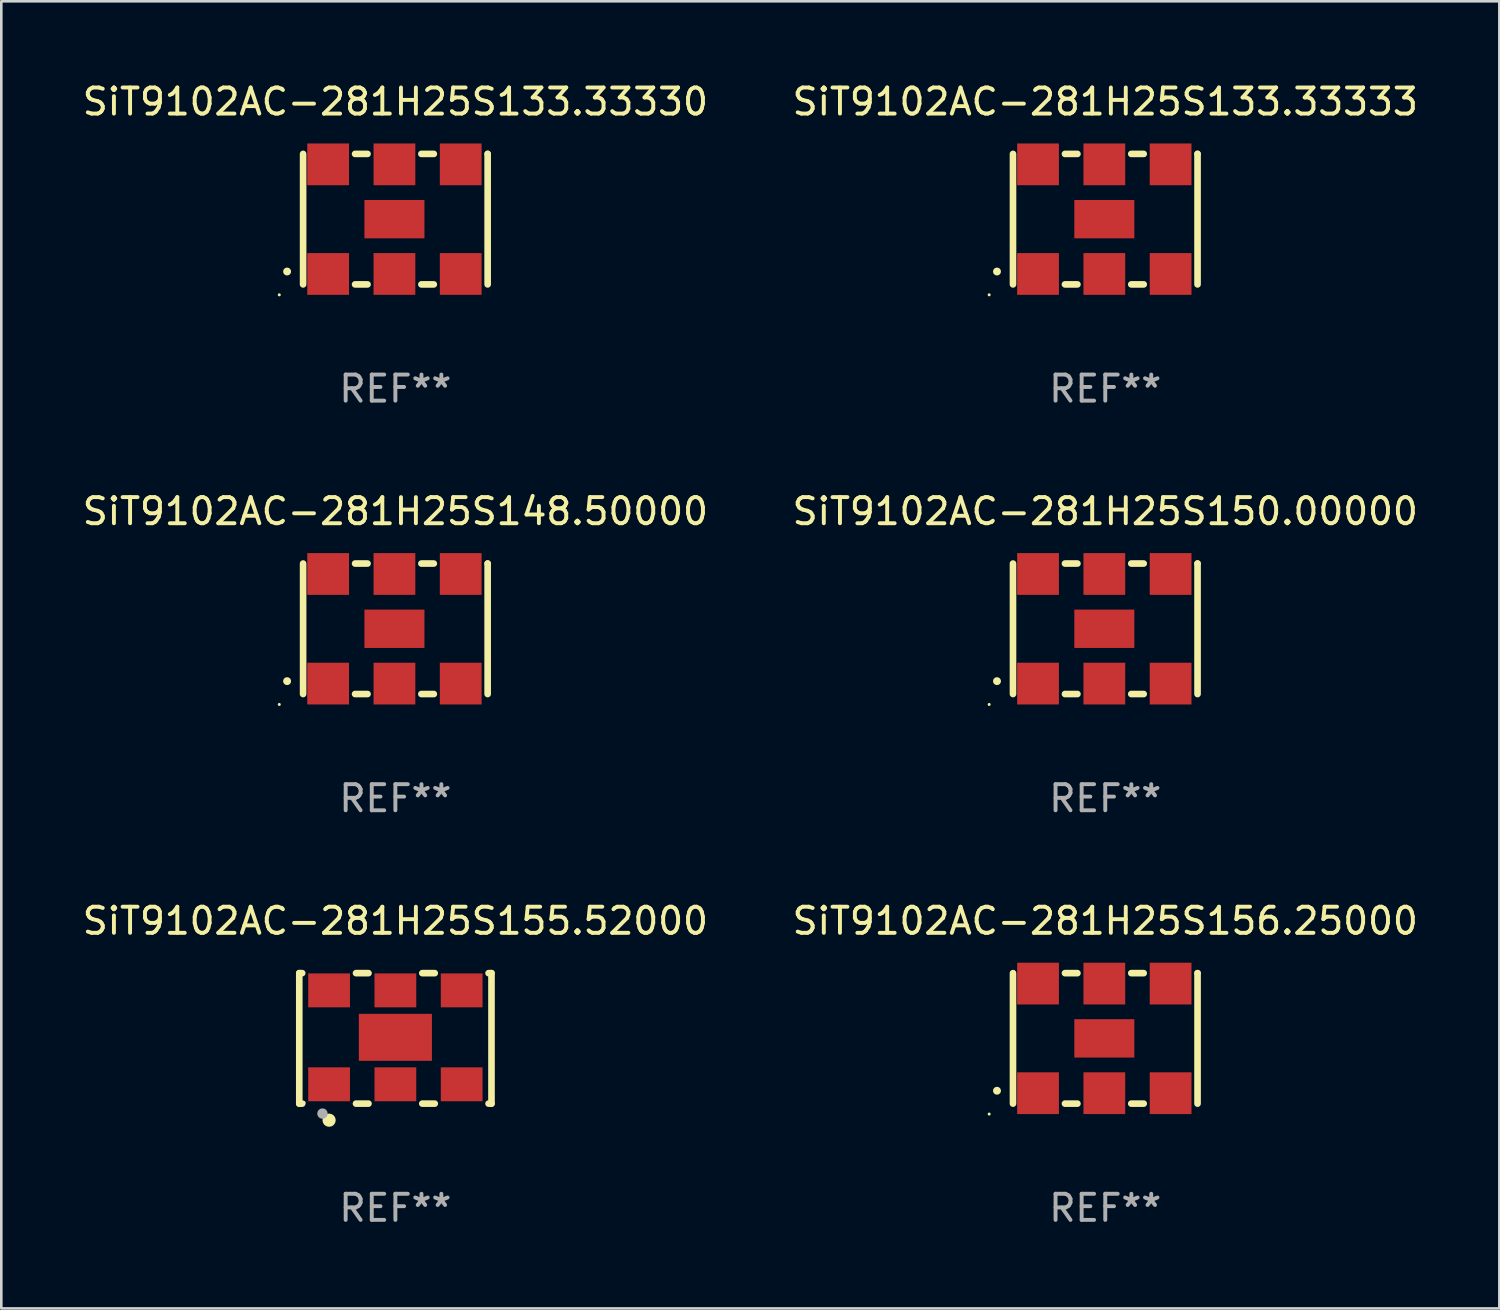
<source format=kicad_pcb>
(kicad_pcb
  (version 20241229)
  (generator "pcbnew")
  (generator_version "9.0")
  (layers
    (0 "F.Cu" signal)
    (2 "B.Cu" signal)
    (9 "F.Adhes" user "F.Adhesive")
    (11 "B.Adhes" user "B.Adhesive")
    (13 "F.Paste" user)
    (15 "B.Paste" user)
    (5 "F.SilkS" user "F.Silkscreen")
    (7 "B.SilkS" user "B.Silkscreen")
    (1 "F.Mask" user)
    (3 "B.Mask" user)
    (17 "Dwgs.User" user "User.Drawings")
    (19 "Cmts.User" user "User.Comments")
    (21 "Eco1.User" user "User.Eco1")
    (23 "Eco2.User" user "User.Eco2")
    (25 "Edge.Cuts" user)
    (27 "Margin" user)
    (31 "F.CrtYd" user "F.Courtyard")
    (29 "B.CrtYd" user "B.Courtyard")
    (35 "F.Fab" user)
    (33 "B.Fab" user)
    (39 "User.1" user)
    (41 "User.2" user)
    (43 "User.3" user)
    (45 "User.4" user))
  (footprint "SiT9102AC-281H25S148.50000"
    (layer "F.Cu")
    (at 12.101 21.045)
    (property "Reference" "SiT9102AC-281H25S148.50000" (at 0 -4.5 0) (layer "F.SilkS") (effects (font (size 1 1) (thickness 0.15))))
    (attr through_hole)
    (fp_line (start -3.536 -2.5) (end -3.536 2.5) (stroke (width 0.254) (type solid)) (layer "F.SilkS"))
    (fp_line (start -1.544 2.5) (end -1.067 2.5) (stroke (width 0.254) (type solid)) (layer "F.SilkS"))
    (fp_line (start -1.067 -2.5) (end -1.544 -2.5) (stroke (width 0.254) (type solid)) (layer "F.SilkS"))
    (fp_line (start 0.996 2.5) (end 1.473 2.5) (stroke (width 0.254) (type solid)) (layer "F.SilkS"))
    (fp_line (start 1.473 -2.5) (end 0.996 -2.5) (stroke (width 0.254) (type solid)) (layer "F.SilkS"))
    (fp_line (start 3.536 -2.5) (end 3.536 -2.5) (stroke (width 0.254) (type solid)) (layer "F.SilkS"))
    (fp_line (start 3.536 2.5) (end 3.536 -2.5) (stroke (width 0.254) (type solid)) (layer "F.SilkS"))
    (fp_arc (start -4.150432 2.006604) (mid -4.149162 2.006599) (end -4.147892 2.006604) (stroke (width 0.3) (type solid)) (layer "F.SilkS"))
    (fp_circle (center -4.449 2.9) (end -4.419 2.9) (stroke (width 0.06) (type solid)) (fill no) (layer "F.SilkS"))
    (fp_text user "REF**" (at 0 6.5 0) (layer "F.Fab") (effects (font (size 1 1) (thickness 0.15))))
    (pad "1" smd rect (at -2.576 2.1) (size 1.6 1.6) (layers "F.Cu" "F.Mask" "F.Paste"))
    (pad "2" smd rect (at -0.036 2.1) (size 1.6 1.6) (layers "F.Cu" "F.Mask" "F.Paste"))
    (pad "3" smd rect (at 2.504 2.1) (size 1.6 1.6) (layers "F.Cu" "F.Mask" "F.Paste"))
    (pad "4" smd rect (at 2.504 -2.1) (size 1.6 1.6) (layers "F.Cu" "F.Mask" "F.Paste"))
    (pad "5" smd rect (at -0.036 -2.1) (size 1.6 1.6) (layers "F.Cu" "F.Mask" "F.Paste"))
    (pad "6" smd rect (at -2.576 -2.1) (size 1.6 1.6) (layers "F.Cu" "F.Mask" "F.Paste"))
    (pad "7" smd rect (at -0.036 0) (size 2.3 1.47) (layers "F.Cu" "F.Mask" "F.Paste")))
  (footprint "SiT9102AC-281H25S133.33330"
    (layer "F.Cu")
    (at 12.101 5.348)
    (property "Reference" "SiT9102AC-281H25S133.33330" (at 0 -4.5 0) (layer "F.SilkS") (effects (font (size 1 1) (thickness 0.15))))
    (attr through_hole)
    (fp_line (start -3.536 -2.5) (end -3.536 2.5) (stroke (width 0.254) (type solid)) (layer "F.SilkS"))
    (fp_line (start -1.544 2.5) (end -1.067 2.5) (stroke (width 0.254) (type solid)) (layer "F.SilkS"))
    (fp_line (start -1.067 -2.5) (end -1.544 -2.5) (stroke (width 0.254) (type solid)) (layer "F.SilkS"))
    (fp_line (start 0.996 2.5) (end 1.473 2.5) (stroke (width 0.254) (type solid)) (layer "F.SilkS"))
    (fp_line (start 1.473 -2.5) (end 0.996 -2.5) (stroke (width 0.254) (type solid)) (layer "F.SilkS"))
    (fp_line (start 3.536 -2.5) (end 3.536 -2.5) (stroke (width 0.254) (type solid)) (layer "F.SilkS"))
    (fp_line (start 3.536 2.5) (end 3.536 -2.5) (stroke (width 0.254) (type solid)) (layer "F.SilkS"))
    (fp_arc (start -4.150432 2.006604) (mid -4.149162 2.006599) (end -4.147892 2.006604) (stroke (width 0.3) (type solid)) (layer "F.SilkS"))
    (fp_circle (center -4.449 2.9) (end -4.419 2.9) (stroke (width 0.06) (type solid)) (fill no) (layer "F.SilkS"))
    (fp_text user "REF**" (at 0 6.5 0) (layer "F.Fab") (effects (font (size 1 1) (thickness 0.15))))
    (pad "1" smd rect (at -2.576 2.1) (size 1.6 1.6) (layers "F.Cu" "F.Mask" "F.Paste"))
    (pad "2" smd rect (at -0.036 2.1) (size 1.6 1.6) (layers "F.Cu" "F.Mask" "F.Paste"))
    (pad "3" smd rect (at 2.504 2.1) (size 1.6 1.6) (layers "F.Cu" "F.Mask" "F.Paste"))
    (pad "4" smd rect (at 2.504 -2.1) (size 1.6 1.6) (layers "F.Cu" "F.Mask" "F.Paste"))
    (pad "5" smd rect (at -0.036 -2.1) (size 1.6 1.6) (layers "F.Cu" "F.Mask" "F.Paste"))
    (pad "6" smd rect (at -2.576 -2.1) (size 1.6 1.6) (layers "F.Cu" "F.Mask" "F.Paste"))
    (pad "7" smd rect (at -0.036 0) (size 2.3 1.47) (layers "F.Cu" "F.Mask" "F.Paste")))
  (footprint "SiT9102AC-281H25S150.00000"
    (layer "F.Cu")
    (at 39.304 21.045)
    (property "Reference" "SiT9102AC-281H25S150.00000" (at 0 -4.5 0) (layer "F.SilkS") (effects (font (size 1 1) (thickness 0.15))))
    (attr through_hole)
    (fp_line (start -3.536 -2.5) (end -3.536 2.5) (stroke (width 0.254) (type solid)) (layer "F.SilkS"))
    (fp_line (start -1.544 2.5) (end -1.067 2.5) (stroke (width 0.254) (type solid)) (layer "F.SilkS"))
    (fp_line (start -1.067 -2.5) (end -1.544 -2.5) (stroke (width 0.254) (type solid)) (layer "F.SilkS"))
    (fp_line (start 0.996 2.5) (end 1.473 2.5) (stroke (width 0.254) (type solid)) (layer "F.SilkS"))
    (fp_line (start 1.473 -2.5) (end 0.996 -2.5) (stroke (width 0.254) (type solid)) (layer "F.SilkS"))
    (fp_line (start 3.536 -2.5) (end 3.536 -2.5) (stroke (width 0.254) (type solid)) (layer "F.SilkS"))
    (fp_line (start 3.536 2.5) (end 3.536 -2.5) (stroke (width 0.254) (type solid)) (layer "F.SilkS"))
    (fp_arc (start -4.150432 2.006604) (mid -4.149162 2.006599) (end -4.147892 2.006604) (stroke (width 0.3) (type solid)) (layer "F.SilkS"))
    (fp_circle (center -4.449 2.9) (end -4.419 2.9) (stroke (width 0.06) (type solid)) (fill no) (layer "F.SilkS"))
    (fp_text user "REF**" (at 0 6.5 0) (layer "F.Fab") (effects (font (size 1 1) (thickness 0.15))))
    (pad "1" smd rect (at -2.576 2.1) (size 1.6 1.6) (layers "F.Cu" "F.Mask" "F.Paste"))
    (pad "2" smd rect (at -0.036 2.1) (size 1.6 1.6) (layers "F.Cu" "F.Mask" "F.Paste"))
    (pad "3" smd rect (at 2.504 2.1) (size 1.6 1.6) (layers "F.Cu" "F.Mask" "F.Paste"))
    (pad "4" smd rect (at 2.504 -2.1) (size 1.6 1.6) (layers "F.Cu" "F.Mask" "F.Paste"))
    (pad "5" smd rect (at -0.036 -2.1) (size 1.6 1.6) (layers "F.Cu" "F.Mask" "F.Paste"))
    (pad "6" smd rect (at -2.576 -2.1) (size 1.6 1.6) (layers "F.Cu" "F.Mask" "F.Paste"))
    (pad "7" smd rect (at -0.036 0) (size 2.3 1.47) (layers "F.Cu" "F.Mask" "F.Paste")))
  (footprint "SiT9102AC-281H25S156.25000"
    (layer "F.Cu")
    (at 39.304 36.741)
    (property "Reference" "SiT9102AC-281H25S156.25000" (at 0 -4.5 0) (layer "F.SilkS") (effects (font (size 1 1) (thickness 0.15))))
    (attr through_hole)
    (fp_line (start -3.536 -2.5) (end -3.536 2.5) (stroke (width 0.254) (type solid)) (layer "F.SilkS"))
    (fp_line (start -1.544 2.5) (end -1.067 2.5) (stroke (width 0.254) (type solid)) (layer "F.SilkS"))
    (fp_line (start -1.067 -2.5) (end -1.544 -2.5) (stroke (width 0.254) (type solid)) (layer "F.SilkS"))
    (fp_line (start 0.996 2.5) (end 1.473 2.5) (stroke (width 0.254) (type solid)) (layer "F.SilkS"))
    (fp_line (start 1.473 -2.5) (end 0.996 -2.5) (stroke (width 0.254) (type solid)) (layer "F.SilkS"))
    (fp_line (start 3.536 -2.5) (end 3.536 -2.5) (stroke (width 0.254) (type solid)) (layer "F.SilkS"))
    (fp_line (start 3.536 2.5) (end 3.536 -2.5) (stroke (width 0.254) (type solid)) (layer "F.SilkS"))
    (fp_arc (start -4.150432 2.006604) (mid -4.149162 2.006599) (end -4.147892 2.006604) (stroke (width 0.3) (type solid)) (layer "F.SilkS"))
    (fp_circle (center -4.449 2.9) (end -4.419 2.9) (stroke (width 0.06) (type solid)) (fill no) (layer "F.SilkS"))
    (fp_text user "REF**" (at 0 6.5 0) (layer "F.Fab") (effects (font (size 1 1) (thickness 0.15))))
    (pad "1" smd rect (at -2.576 2.1) (size 1.6 1.6) (layers "F.Cu" "F.Mask" "F.Paste"))
    (pad "2" smd rect (at -0.036 2.1) (size 1.6 1.6) (layers "F.Cu" "F.Mask" "F.Paste"))
    (pad "3" smd rect (at 2.504 2.1) (size 1.6 1.6) (layers "F.Cu" "F.Mask" "F.Paste"))
    (pad "4" smd rect (at 2.504 -2.1) (size 1.6 1.6) (layers "F.Cu" "F.Mask" "F.Paste"))
    (pad "5" smd rect (at -0.036 -2.1) (size 1.6 1.6) (layers "F.Cu" "F.Mask" "F.Paste"))
    (pad "6" smd rect (at -2.576 -2.1) (size 1.6 1.6) (layers "F.Cu" "F.Mask" "F.Paste"))
    (pad "7" smd rect (at -0.036 0) (size 2.3 1.47) (layers "F.Cu" "F.Mask" "F.Paste")))
  (footprint "SiT9102AC-281H25S155.52000"
    (layer "F.Cu")
    (at 12.101 36.741)
    (property "Reference" "SiT9102AC-281H25S155.52000" (at 0 -4.5 0) (layer "F.SilkS") (effects (font (size 1 1) (thickness 0.15))))
    (attr through_hole)
    (fp_line (start -3.683 -2.5) (end -3.571 -2.5) (stroke (width 0.254) (type solid)) (layer "F.SilkS"))
    (fp_line (start -3.683 2.5) (end -3.683 -2.5) (stroke (width 0.254) (type solid)) (layer "F.SilkS"))
    (fp_line (start -3.683 2.5) (end -3.571 2.5) (stroke (width 0.254) (type solid)) (layer "F.SilkS"))
    (fp_line (start -1.509 -2.5) (end -1.031 -2.5) (stroke (width 0.254) (type solid)) (layer "F.SilkS"))
    (fp_line (start -1.509 2.5) (end -1.031 2.5) (stroke (width 0.254) (type solid)) (layer "F.SilkS"))
    (fp_line (start 1.031 -2.5) (end 1.509 -2.5) (stroke (width 0.254) (type solid)) (layer "F.SilkS"))
    (fp_line (start 1.031 2.5) (end 1.509 2.5) (stroke (width 0.254) (type solid)) (layer "F.SilkS"))
    (fp_line (start 3.571 -2.5) (end 3.683 -2.5) (stroke (width 0.254) (type solid)) (layer "F.SilkS"))
    (fp_line (start 3.571 2.5) (end 3.683 2.5) (stroke (width 0.254) (type solid)) (layer "F.SilkS"))
    (fp_line (start 3.683 2.5) (end 3.683 -2.5) (stroke (width 0.254) (type solid)) (layer "F.SilkS"))
    (fp_circle (center -3.5 2.46) (end -3.47 2.46) (stroke (width 0.06) (type solid)) (fill no) (layer "F.SilkS"))
    (fp_circle (center -2.54 3.135) (end -2.413 3.135) (stroke (width 0.254) (type solid)) (fill no) (layer "F.SilkS"))
    (fp_circle (center -2.794 2.881) (end -2.694 2.881) (stroke (width 0.2) (type solid)) (fill no) (layer "F.Fab"))
    (fp_text user "REF**" (at 0 6.5 0) (layer "F.Fab") (effects (font (size 1 1) (thickness 0.15))))
    (pad "1" smd rect (at -2.54 1.76) (size 1.6 1.3) (layers "F.Cu" "F.Mask" "F.Paste"))
    (pad "2" smd rect (at 0 1.76) (size 1.6 1.3) (layers "F.Cu" "F.Mask" "F.Paste"))
    (pad "3" smd rect (at 2.54 1.76) (size 1.6 1.3) (layers "F.Cu" "F.Mask" "F.Paste"))
    (pad "4" smd rect (at 2.54 -1.84) (size 1.6 1.3) (layers "F.Cu" "F.Mask" "F.Paste"))
    (pad "5" smd rect (at 0 -1.84) (size 1.6 1.3) (layers "F.Cu" "F.Mask" "F.Paste"))
    (pad "6" smd rect (at -2.54 -1.84) (size 1.6 1.3) (layers "F.Cu" "F.Mask" "F.Paste"))
    (pad "7" smd rect (at 0 -0.04) (size 2.8 1.8) (layers "F.Cu" "F.Mask" "F.Paste")))
  (footprint "SiT9102AC-281H25S133.33333"
    (layer "F.Cu")
    (at 39.304 5.348)
    (property "Reference" "SiT9102AC-281H25S133.33333" (at 0 -4.5 0) (layer "F.SilkS") (effects (font (size 1 1) (thickness 0.15))))
    (attr through_hole)
    (fp_line (start -3.536 -2.5) (end -3.536 2.5) (stroke (width 0.254) (type solid)) (layer "F.SilkS"))
    (fp_line (start -1.544 2.5) (end -1.067 2.5) (stroke (width 0.254) (type solid)) (layer "F.SilkS"))
    (fp_line (start -1.067 -2.5) (end -1.544 -2.5) (stroke (width 0.254) (type solid)) (layer "F.SilkS"))
    (fp_line (start 0.996 2.5) (end 1.473 2.5) (stroke (width 0.254) (type solid)) (layer "F.SilkS"))
    (fp_line (start 1.473 -2.5) (end 0.996 -2.5) (stroke (width 0.254) (type solid)) (layer "F.SilkS"))
    (fp_line (start 3.536 -2.5) (end 3.536 -2.5) (stroke (width 0.254) (type solid)) (layer "F.SilkS"))
    (fp_line (start 3.536 2.5) (end 3.536 -2.5) (stroke (width 0.254) (type solid)) (layer "F.SilkS"))
    (fp_arc (start -4.150432 2.006604) (mid -4.149162 2.006599) (end -4.147892 2.006604) (stroke (width 0.3) (type solid)) (layer "F.SilkS"))
    (fp_circle (center -4.449 2.9) (end -4.419 2.9) (stroke (width 0.06) (type solid)) (fill no) (layer "F.SilkS"))
    (fp_text user "REF**" (at 0 6.5 0) (layer "F.Fab") (effects (font (size 1 1) (thickness 0.15))))
    (pad "1" smd rect (at -2.576 2.1) (size 1.6 1.6) (layers "F.Cu" "F.Mask" "F.Paste"))
    (pad "2" smd rect (at -0.036 2.1) (size 1.6 1.6) (layers "F.Cu" "F.Mask" "F.Paste"))
    (pad "3" smd rect (at 2.504 2.1) (size 1.6 1.6) (layers "F.Cu" "F.Mask" "F.Paste"))
    (pad "4" smd rect (at 2.504 -2.1) (size 1.6 1.6) (layers "F.Cu" "F.Mask" "F.Paste"))
    (pad "5" smd rect (at -0.036 -2.1) (size 1.6 1.6) (layers "F.Cu" "F.Mask" "F.Paste"))
    (pad "6" smd rect (at -2.576 -2.1) (size 1.6 1.6) (layers "F.Cu" "F.Mask" "F.Paste"))
    (pad "7" smd rect (at -0.036 0) (size 2.3 1.47) (layers "F.Cu" "F.Mask" "F.Paste")))
  (gr_rect
    (start -3 -3)
    (end 54.405 47.09)
    (stroke (width 0.1) (type default))
    (fill no)
    (layer "Edge.Cuts")))
</source>
